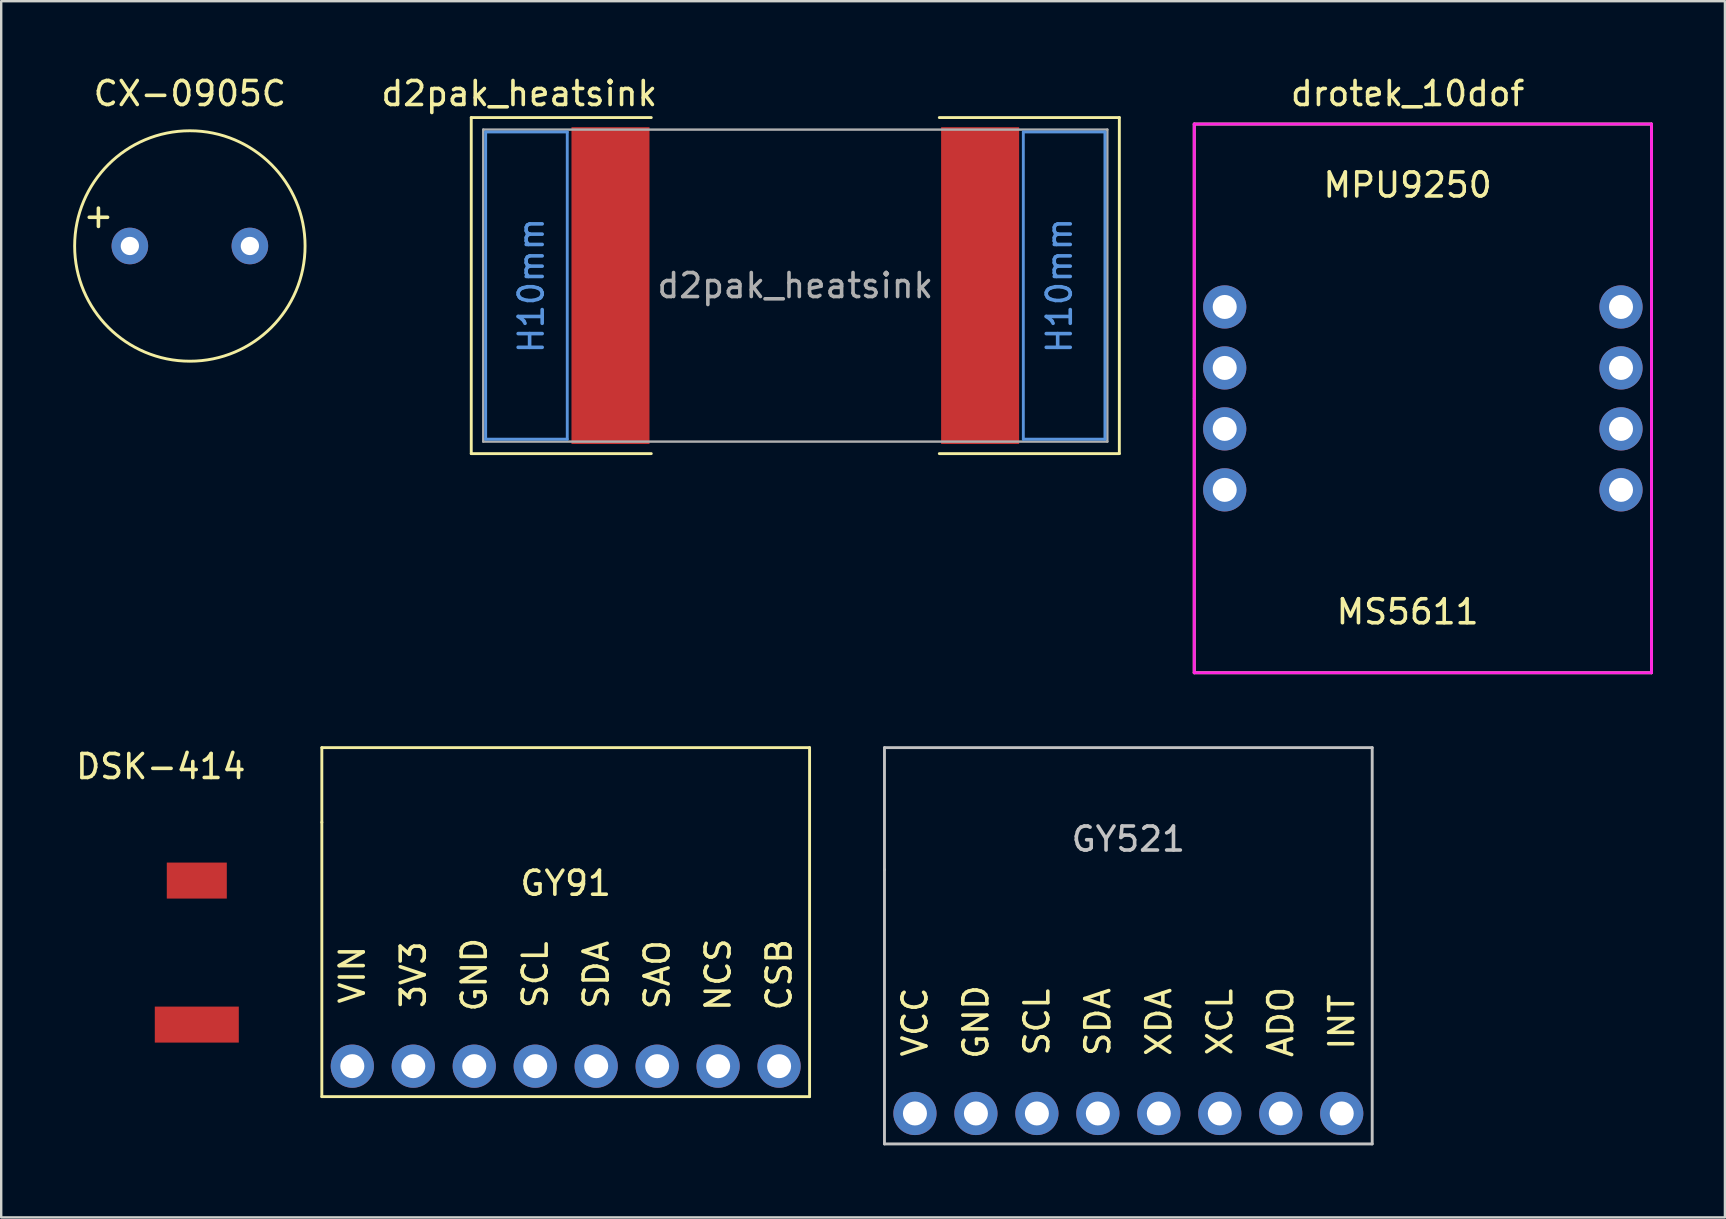
<source format=kicad_pcb>
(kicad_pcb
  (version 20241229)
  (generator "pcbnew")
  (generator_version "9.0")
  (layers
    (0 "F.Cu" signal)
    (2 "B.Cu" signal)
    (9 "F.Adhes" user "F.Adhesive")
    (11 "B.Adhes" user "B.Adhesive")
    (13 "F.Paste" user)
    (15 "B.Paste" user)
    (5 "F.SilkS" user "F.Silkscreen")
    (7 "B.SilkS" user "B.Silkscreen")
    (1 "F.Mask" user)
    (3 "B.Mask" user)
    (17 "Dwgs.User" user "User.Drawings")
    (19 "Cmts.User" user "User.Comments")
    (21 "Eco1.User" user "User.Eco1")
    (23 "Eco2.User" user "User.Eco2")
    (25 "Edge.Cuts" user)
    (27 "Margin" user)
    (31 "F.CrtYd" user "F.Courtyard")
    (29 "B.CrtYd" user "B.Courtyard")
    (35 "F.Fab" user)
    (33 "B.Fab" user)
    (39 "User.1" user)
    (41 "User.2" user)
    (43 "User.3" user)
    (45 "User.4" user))
  (footprint "GY521"
    (layer "F.Cu")
    (at 43.958 42.068)
    (property "Reference" "GY521" (at 0 -10.16 0) (layer "Dwgs.User") (effects (font (size 1 1) (thickness 0.15))))
    (attr through_hole)
    (fp_line (start -10.16 -13.97) (end -10.16 -8.89) (stroke (width 0.12) (type solid)) (layer "Dwgs.User"))
    (fp_line (start -10.16 2.54) (end -10.16 -8.89) (stroke (width 0.12) (type solid)) (layer "Dwgs.User"))
    (fp_line (start 10.16 -13.97) (end -10.16 -13.97) (stroke (width 0.12) (type solid)) (layer "Dwgs.User"))
    (fp_line (start 10.16 2.54) (end -10.16 2.54) (stroke (width 0.12) (type solid)) (layer "Dwgs.User"))
    (fp_line (start 10.16 2.54) (end 10.16 -13.97) (stroke (width 0.12) (type solid)) (layer "Dwgs.User"))
    (fp_text user "XCL" (at 3.81 -2.54 90) (layer "F.SilkS") (effects (font (size 1 1) (thickness 0.15))))
    (fp_text user "ADO" (at 6.35 -2.54 90) (layer "F.SilkS") (effects (font (size 1 1) (thickness 0.15))))
    (fp_text user "XDA" (at 1.27 -2.54 90) (layer "F.SilkS") (effects (font (size 1 1) (thickness 0.15))))
    (fp_text user "INT" (at 8.89 -2.54 90) (layer "F.SilkS") (effects (font (size 1 1) (thickness 0.15))))
    (fp_text user "VCC" (at -8.89 -2.54 90) (layer "F.SilkS") (effects (font (size 1 1) (thickness 0.15))))
    (fp_text user "GND" (at -6.35 -2.54 270) (layer "F.SilkS") (effects (font (size 1 1) (thickness 0.15))))
    (fp_text user "SDA" (at -1.27 -2.54 90) (layer "F.SilkS") (effects (font (size 1 1) (thickness 0.15))))
    (fp_text user "SCL" (at -3.81 -2.54 90) (layer "F.SilkS") (effects (font (size 1 1) (thickness 0.15))))
    (pad "1" thru_hole circle (at -8.89 1.27) (size 1.8 1.8) (drill 1) (layers "*.Cu" "*.Mask"))
    (pad "2" thru_hole circle (at -6.35 1.27) (size 1.8 1.8) (drill 1) (layers "*.Cu" "*.Mask"))
    (pad "3" thru_hole circle (at -3.81 1.27) (size 1.8 1.8) (drill 1) (layers "*.Cu" "*.Mask"))
    (pad "4" thru_hole circle (at -1.27 1.27) (size 1.8 1.8) (drill 1) (layers "*.Cu" "*.Mask"))
    (pad "5" thru_hole circle (at 1.27 1.27) (size 1.8 1.8) (drill 1) (layers "*.Cu" "*.Mask"))
    (pad "6" thru_hole circle (at 3.81 1.27) (size 1.8 1.8) (drill 1) (layers "*.Cu" "*.Mask"))
    (pad "7" thru_hole circle (at 6.35 1.27) (size 1.8 1.8) (drill 1) (layers "*.Cu" "*.Mask"))
    (pad "8" thru_hole circle (at 8.89 1.27) (size 1.8 1.8) (drill 1) (layers "*.Cu" "*.Mask")))
  (footprint "GY91"
    (layer "F.Cu")
    (at 20.518 40.098)
    (property "Reference" "GY91" (at 0 -6.35 0) (layer "F.SilkS") (effects (font (size 1 1) (thickness 0.15))))
    (attr through_hole)
    (fp_line (start -10.16 -12) (end -10.16 -8.89) (stroke (width 0.12) (type solid)) (layer "F.SilkS"))
    (fp_line (start -10.16 2.54) (end -10.16 -8.89) (stroke (width 0.12) (type solid)) (layer "F.SilkS"))
    (fp_line (start 10.16 -12) (end -10.16 -12) (stroke (width 0.12) (type solid)) (layer "F.SilkS"))
    (fp_line (start 10.16 2.54) (end -10.16 2.54) (stroke (width 0.12) (type solid)) (layer "F.SilkS"))
    (fp_line (start 10.16 2.54) (end 10.16 -12) (stroke (width 0.12) (type solid)) (layer "F.SilkS"))
    (fp_text user "VIN" (at -8.89 -2.54 90) (layer "F.SilkS") (effects (font (size 1 1) (thickness 0.15))))
    (fp_text user "NCS" (at 6.35 -2.54 90) (layer "F.SilkS") (effects (font (size 1 1) (thickness 0.15))))
    (fp_text user "SAO" (at 3.81 -2.54 90) (layer "F.SilkS") (effects (font (size 1 1) (thickness 0.15))))
    (fp_text user "CSB" (at 8.89 -2.54 90) (layer "F.SilkS") (effects (font (size 1 1) (thickness 0.15))))
    (fp_text user "SCL" (at -1.27 -2.54 90) (layer "F.SilkS") (effects (font (size 1 1) (thickness 0.15))))
    (fp_text user "GND" (at -3.81 -2.54 90) (layer "F.SilkS") (effects (font (size 1 1) (thickness 0.15))))
    (fp_text user "3V3" (at -6.35 -2.54 90) (layer "F.SilkS") (effects (font (size 1 1) (thickness 0.15))))
    (fp_text user "SDA" (at 1.27 -2.54 90) (layer "F.SilkS") (effects (font (size 1 1) (thickness 0.15))))
    (pad "1" thru_hole circle (at -8.89 1.27) (size 1.8 1.8) (drill 1) (layers "*.Cu" "*.Mask"))
    (pad "2" thru_hole circle (at -6.35 1.27) (size 1.8 1.8) (drill 1) (layers "*.Cu" "*.Mask"))
    (pad "3" thru_hole circle (at -3.81 1.27) (size 1.8 1.8) (drill 1) (layers "*.Cu" "*.Mask"))
    (pad "4" thru_hole circle (at -1.27 1.27) (size 1.8 1.8) (drill 1) (layers "*.Cu" "*.Mask"))
    (pad "5" thru_hole circle (at 1.27 1.27) (size 1.8 1.8) (drill 1) (layers "*.Cu" "*.Mask"))
    (pad "6" thru_hole circle (at 3.81 1.27) (size 1.8 1.8) (drill 1) (layers "*.Cu" "*.Mask"))
    (pad "7" thru_hole circle (at 6.35 1.27) (size 1.8 1.8) (drill 1) (layers "*.Cu" "*.Mask"))
    (pad "8" thru_hole circle (at 8.89 1.27) (size 1.8 1.8) (drill 1) (layers "*.Cu" "*.Mask")))
  (footprint "CX-0905C"
    (layer "F.Cu")
    (at 4.86 7.198)
    (property "Reference" "CX-0905C" (at 0 -6.35 0) (layer "F.SilkS") (effects (font (size 1 1) (thickness 0.15))))
    (attr through_hole)
    (fp_circle (center 0 0) (end 4.8 0) (stroke (width 0.12) (type solid)) (fill no) (layer "F.SilkS"))
    (fp_text user "+" (at -3.81 -1.27 0) (layer "F.SilkS") (effects (font (size 1 1) (thickness 0.15))))
    (pad "1" thru_hole circle (at -2.5 0) (size 1.524 1.524) (drill 0.762) (layers "*.Cu" "*.Mask"))
    (pad "2" thru_hole circle (at 2.5 0) (size 1.524 1.524) (drill 0.762) (layers "*.Cu" "*.Mask")))
  (footprint "DSK-414"
    (layer "F.Cu")
    (at 5.149 38.886)
    (property "Reference" "DSK-414" (at -1.5 -10 0) (layer "F.SilkS") (effects (font (size 1 1) (thickness 0.15))))
    (attr through_hole)
    (pad "1" smd rect (at 0 0.75) (size 3.5 1.5) (layers "F.Cu" "F.Mask" "F.Paste"))
    (pad "2" smd rect (at 0 -5.25) (size 2.5 1.5) (layers "F.Cu" "F.Mask" "F.Paste")))
  (footprint "drotek_10dof"
    (layer "F.Cu")
    (at 55.593 13.548)
    (property "Reference" "drotek_10dof" (at 0 -12.7 0) (layer "F.SilkS") (effects (font (size 1 1) (thickness 0.15))))
    (attr through_hole)
    (fp_line (start -8.89 -11.43) (end -8.89 11.43) (stroke (width 0.12) (type solid)) (layer "F.SilkS"))
    (fp_line (start -8.89 11.43) (end 10.16 11.43) (stroke (width 0.12) (type solid)) (layer "F.SilkS"))
    (fp_line (start 10.16 -11.43) (end -8.89 -11.43) (stroke (width 0.12) (type solid)) (layer "F.SilkS"))
    (fp_line (start 10.16 11.43) (end 10.16 -11.43) (stroke (width 0.12) (type solid)) (layer "F.SilkS"))
    (fp_line (start -8.89 -11.43) (end -8.89 0) (stroke (width 0.12) (type solid)) (layer "F.CrtYd"))
    (fp_line (start -8.89 0) (end -8.89 11.43) (stroke (width 0.12) (type solid)) (layer "F.CrtYd"))
    (fp_line (start -8.89 11.43) (end 10.16 11.43) (stroke (width 0.12) (type solid)) (layer "F.CrtYd"))
    (fp_line (start 10.16 -11.43) (end -8.89 -11.43) (stroke (width 0.12) (type solid)) (layer "F.CrtYd"))
    (fp_line (start 10.16 11.43) (end 10.16 -11.43) (stroke (width 0.12) (type solid)) (layer "F.CrtYd"))
    (fp_text user "MPU9250" (at 0 -8.89 0) (layer "F.SilkS") (effects (font (size 1 1) (thickness 0.15))))
    (fp_text user "MS5611" (at 0 8.89 0) (layer "F.SilkS") (effects (font (size 1 1) (thickness 0.15))))
    (pad "1" thru_hole circle (at -7.62 -3.81 270) (size 1.8 1.8) (drill 1) (layers "*.Cu" "*.Mask"))
    (pad "2" thru_hole circle (at -7.62 -1.27 270) (size 1.8 1.8) (drill 1) (layers "*.Cu" "*.Mask"))
    (pad "3" thru_hole circle (at -7.62 1.27 270) (size 1.8 1.8) (drill 1) (layers "*.Cu" "*.Mask"))
    (pad "4" thru_hole circle (at -7.62 3.81 270) (size 1.8 1.8) (drill 1) (layers "*.Cu" "*.Mask"))
    (pad "5" thru_hole circle (at 8.89 3.81 270) (size 1.8 1.8) (drill 1) (layers "*.Cu" "*.Mask"))
    (pad "6" thru_hole circle (at 8.89 1.27 270) (size 1.8 1.8) (drill 1) (layers "*.Cu" "*.Mask"))
    (pad "7" thru_hole circle (at 8.89 -1.27 270) (size 1.8 1.8) (drill 1) (layers "*.Cu" "*.Mask"))
    (pad "8" thru_hole circle (at 8.89 -3.81 270) (size 1.8 1.8) (drill 1) (layers "*.Cu" "*.Mask")))
  (footprint "d2pak_heatsink"
    (layer "F.Cu")
    (at 30.083 8.848)
    (property "Reference" "d2pak_heatsink" (at -11.5 -8 180) (layer "F.SilkS") (effects (font (size 1 1) (thickness 0.15))))
    (attr smd)
    (fp_line (start -13.5 -7) (end -6 -7) (stroke (width 0.12) (type solid)) (layer "F.SilkS"))
    (fp_line (start -13.5 7) (end -13.5 -7) (stroke (width 0.12) (type solid)) (layer "F.SilkS"))
    (fp_line (start -13.5 7) (end -6 7) (stroke (width 0.12) (type solid)) (layer "F.SilkS"))
    (fp_line (start 6 -7) (end 13.5 -7) (stroke (width 0.12) (type solid)) (layer "F.SilkS"))
    (fp_line (start 6 7) (end 13.5 7) (stroke (width 0.12) (type solid)) (layer "F.SilkS"))
    (fp_line (start 13.5 -7) (end 13.5 7) (stroke (width 0.12) (type solid)) (layer "F.SilkS"))
    (fp_line (start -12.9 -6.4) (end -9.5 -6.4) (stroke (width 0.12) (type solid)) (layer "Cmts.User"))
    (fp_line (start -12.9 6.4) (end -12.9 -6.4) (stroke (width 0.12) (type solid)) (layer "Cmts.User"))
    (fp_line (start -9.5 -6.4) (end -9.5 6.4) (stroke (width 0.12) (type solid)) (layer "Cmts.User"))
    (fp_line (start -9.5 6.4) (end -12.9 6.4) (stroke (width 0.12) (type solid)) (layer "Cmts.User"))
    (fp_line (start 9.5 6.4) (end 9.5 -6.4) (stroke (width 0.12) (type solid)) (layer "Cmts.User"))
    (fp_line (start 9.5 6.4) (end 12.9 6.4) (stroke (width 0.12) (type solid)) (layer "Cmts.User"))
    (fp_line (start 12.9 -6.4) (end 9.5 -6.4) (stroke (width 0.12) (type solid)) (layer "Cmts.User"))
    (fp_line (start 12.9 6.4) (end 12.9 -6.4) (stroke (width 0.12) (type solid)) (layer "Cmts.User"))
    (fp_line (start -13 -6.5) (end 13 -6.5) (stroke (width 0.1) (type solid)) (layer "F.Fab"))
    (fp_line (start -13 6.5) (end -13 -6.5) (stroke (width 0.1) (type solid)) (layer "F.Fab"))
    (fp_line (start 13 -6.5) (end 13 6.5) (stroke (width 0.1) (type solid)) (layer "F.Fab"))
    (fp_line (start 13 6.5) (end -13 6.5) (stroke (width 0.1) (type solid)) (layer "F.Fab"))
    (fp_text user "H10mm" (at -11 0 90) (layer "Cmts.User") (effects (font (size 1 1) (thickness 0.15))))
    (fp_text user "H10mm" (at 11 0 90) (layer "Cmts.User") (effects (font (size 1 1) (thickness 0.15))))
    (fp_text user "${REFERENCE}" (at 0 0 0) (layer "F.Fab") (effects (font (size 1 1) (thickness 0.15))))
    (pad "1" smd rect (at -7.7 0 180) (size 3.25 13.2) (layers "F.Cu" "F.Mask" "F.Paste"))
    (pad "1" smd rect (at 7.7 0) (size 3.25 13.2) (layers "F.Cu" "F.Mask" "F.Paste")))
  (gr_rect
    (start -3 -3)
    (end 68.813 47.668)
    (stroke (width 0.1) (type default))
    (fill no)
    (layer "Edge.Cuts")))
</source>
